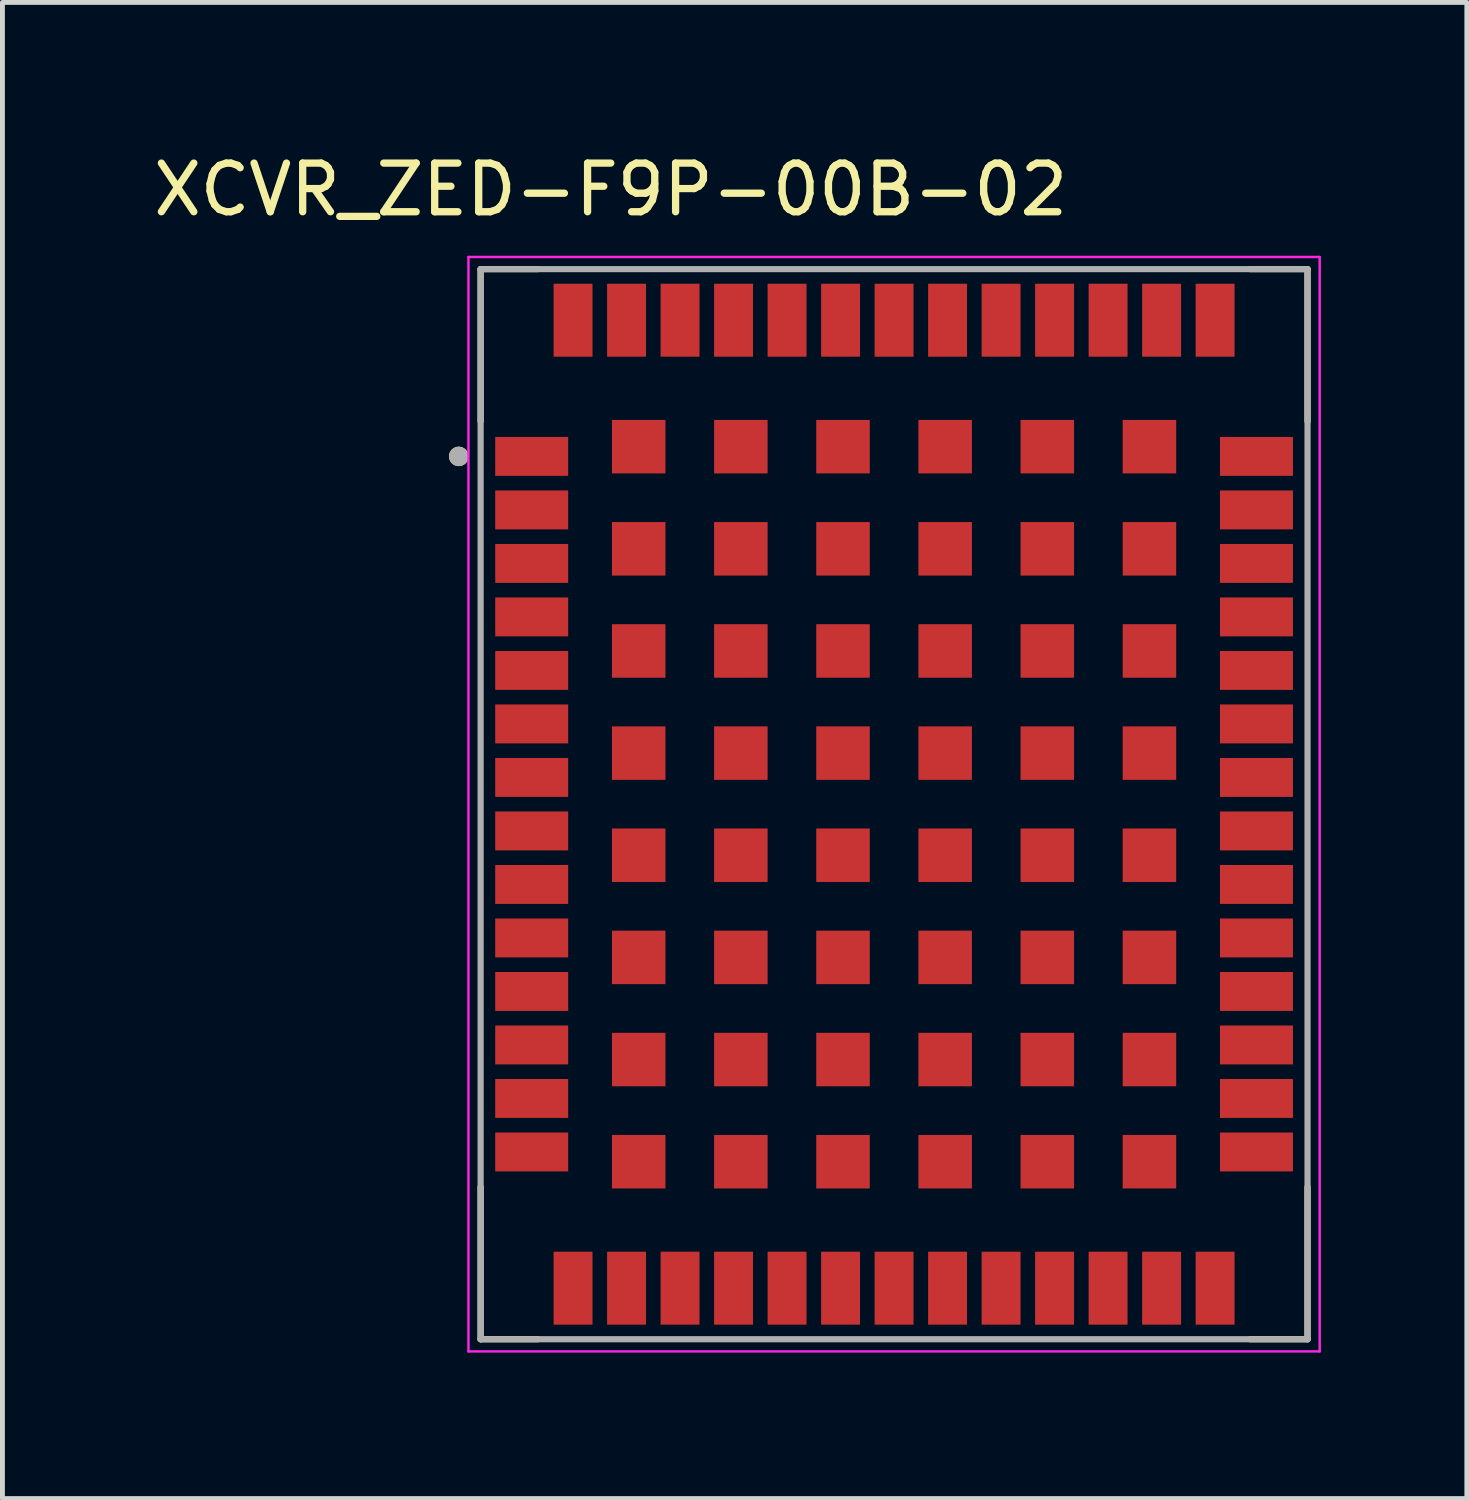
<source format=kicad_pcb>
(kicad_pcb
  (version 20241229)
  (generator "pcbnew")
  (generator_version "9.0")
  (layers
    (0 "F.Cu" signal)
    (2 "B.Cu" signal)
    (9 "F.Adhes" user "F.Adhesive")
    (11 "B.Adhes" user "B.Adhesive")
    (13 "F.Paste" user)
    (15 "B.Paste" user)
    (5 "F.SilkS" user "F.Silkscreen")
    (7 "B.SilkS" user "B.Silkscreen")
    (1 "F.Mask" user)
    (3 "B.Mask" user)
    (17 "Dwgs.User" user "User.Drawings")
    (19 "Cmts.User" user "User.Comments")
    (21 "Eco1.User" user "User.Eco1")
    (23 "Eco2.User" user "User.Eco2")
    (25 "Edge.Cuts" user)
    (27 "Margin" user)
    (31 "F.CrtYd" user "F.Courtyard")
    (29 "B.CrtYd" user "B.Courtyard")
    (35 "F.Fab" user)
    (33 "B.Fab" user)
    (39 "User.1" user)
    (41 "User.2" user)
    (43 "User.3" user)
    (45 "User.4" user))
  (footprint "XCVR_ZED-F9P-00B-02"
    (layer "F.Cu")
    (at 15.331 13.483)
    (property "Reference" "XCVR_ZED-F9P-00B-02" (at -5.825 -12.635 0) (layer "F.SilkS") (effects (font (size 1 1) (thickness 0.15))))
    (attr smd)
    (fp_line (start -8.5 -7.87) (end -8.5 -11) (stroke (width 0.127) (type solid)) (layer "F.SilkS"))
    (fp_line (start -8.5 7.87) (end -8.5 11) (stroke (width 0.127) (type solid)) (layer "F.SilkS"))
    (fp_line (start -8.5 11) (end -7.32 11) (stroke (width 0.127) (type solid)) (layer "F.SilkS"))
    (fp_line (start -7.32 -11) (end -8.5 -11) (stroke (width 0.127) (type solid)) (layer "F.SilkS"))
    (fp_line (start 7.32 11) (end 8.5 11) (stroke (width 0.127) (type solid)) (layer "F.SilkS"))
    (fp_line (start 8.5 -11) (end 7.32 -11) (stroke (width 0.127) (type solid)) (layer "F.SilkS"))
    (fp_line (start 8.5 -7.87) (end 8.5 -11) (stroke (width 0.127) (type solid)) (layer "F.SilkS"))
    (fp_line (start 8.5 7.87) (end 8.5 11) (stroke (width 0.127) (type solid)) (layer "F.SilkS"))
    (fp_circle (center -8.95 -7.15) (end -8.85 -7.15) (stroke (width 0.2) (type solid)) (fill no) (layer "F.SilkS"))
    (fp_poly (pts (xy -6.975 -9.175) (xy -6.975 -10.725) (xy -6.225 -10.725) (xy -6.225 -9.175)) (stroke (width 0.01) (type solid)) (fill yes) (layer "F.Paste"))
    (fp_poly (pts (xy -6.675 -7.525) (xy -6.675 -6.775) (xy -8.225 -6.775) (xy -8.225 -7.525)) (stroke (width 0.01) (type solid)) (fill yes) (layer "F.Paste"))
    (fp_poly (pts (xy -6.675 -6.425) (xy -6.675 -5.675) (xy -8.225 -5.675) (xy -8.225 -6.425)) (stroke (width 0.01) (type solid)) (fill yes) (layer "F.Paste"))
    (fp_poly (pts (xy -6.675 -5.325) (xy -6.675 -4.575) (xy -8.225 -4.575) (xy -8.225 -5.325)) (stroke (width 0.01) (type solid)) (fill yes) (layer "F.Paste"))
    (fp_poly (pts (xy -6.675 -4.225) (xy -6.675 -3.475) (xy -8.225 -3.475) (xy -8.225 -4.225)) (stroke (width 0.01) (type solid)) (fill yes) (layer "F.Paste"))
    (fp_poly (pts (xy -6.675 -3.125) (xy -6.675 -2.375) (xy -8.225 -2.375) (xy -8.225 -3.125)) (stroke (width 0.01) (type solid)) (fill yes) (layer "F.Paste"))
    (fp_poly (pts (xy -6.675 -2.025) (xy -6.675 -1.275) (xy -8.225 -1.275) (xy -8.225 -2.025)) (stroke (width 0.01) (type solid)) (fill yes) (layer "F.Paste"))
    (fp_poly (pts (xy -6.675 -0.925) (xy -6.675 -0.175) (xy -8.225 -0.175) (xy -8.225 -0.925)) (stroke (width 0.01) (type solid)) (fill yes) (layer "F.Paste"))
    (fp_poly (pts (xy -6.675 0.175) (xy -6.675 0.925) (xy -8.225 0.925) (xy -8.225 0.175)) (stroke (width 0.01) (type solid)) (fill yes) (layer "F.Paste"))
    (fp_poly (pts (xy -6.675 1.275) (xy -6.675 2.025) (xy -8.225 2.025) (xy -8.225 1.275)) (stroke (width 0.01) (type solid)) (fill yes) (layer "F.Paste"))
    (fp_poly (pts (xy -6.675 2.375) (xy -6.675 3.125) (xy -8.225 3.125) (xy -8.225 2.375)) (stroke (width 0.01) (type solid)) (fill yes) (layer "F.Paste"))
    (fp_poly (pts (xy -6.675 3.475) (xy -6.675 4.225) (xy -8.225 4.225) (xy -8.225 3.475)) (stroke (width 0.01) (type solid)) (fill yes) (layer "F.Paste"))
    (fp_poly (pts (xy -6.675 4.575) (xy -6.675 5.325) (xy -8.225 5.325) (xy -8.225 4.575)) (stroke (width 0.01) (type solid)) (fill yes) (layer "F.Paste"))
    (fp_poly (pts (xy -6.675 5.675) (xy -6.675 6.425) (xy -8.225 6.425) (xy -8.225 5.675)) (stroke (width 0.01) (type solid)) (fill yes) (layer "F.Paste"))
    (fp_poly (pts (xy -6.675 6.775) (xy -6.675 7.525) (xy -8.225 7.525) (xy -8.225 6.775)) (stroke (width 0.01) (type solid)) (fill yes) (layer "F.Paste"))
    (fp_poly (pts (xy -6.225 9.175) (xy -6.225 10.725) (xy -6.975 10.725) (xy -6.975 9.175)) (stroke (width 0.01) (type solid)) (fill yes) (layer "F.Paste"))
    (fp_poly (pts (xy -5.875 -9.175) (xy -5.875 -10.725) (xy -5.125 -10.725) (xy -5.125 -9.175)) (stroke (width 0.01) (type solid)) (fill yes) (layer "F.Paste"))
    (fp_poly (pts (xy -5.125 9.175) (xy -5.125 10.725) (xy -5.875 10.725) (xy -5.875 9.175)) (stroke (width 0.01) (type solid)) (fill yes) (layer "F.Paste"))
    (fp_poly (pts (xy -4.775 -9.175) (xy -4.775 -10.725) (xy -4.025 -10.725) (xy -4.025 -9.175)) (stroke (width 0.01) (type solid)) (fill yes) (layer "F.Paste"))
    (fp_poly (pts (xy -4.725 -7.875) (xy -4.725 -6.825) (xy -5.775 -6.825) (xy -5.775 -7.875)) (stroke (width 0.01) (type solid)) (fill yes) (layer "F.Paste"))
    (fp_poly (pts (xy -4.725 -5.775) (xy -4.725 -4.725) (xy -5.775 -4.725) (xy -5.775 -5.775)) (stroke (width 0.01) (type solid)) (fill yes) (layer "F.Paste"))
    (fp_poly (pts (xy -4.725 -3.675) (xy -4.725 -2.625) (xy -5.775 -2.625) (xy -5.775 -3.675)) (stroke (width 0.01) (type solid)) (fill yes) (layer "F.Paste"))
    (fp_poly (pts (xy -4.725 -1.575) (xy -4.725 -0.525) (xy -5.775 -0.525) (xy -5.775 -1.575)) (stroke (width 0.01) (type solid)) (fill yes) (layer "F.Paste"))
    (fp_poly (pts (xy -4.725 0.525) (xy -4.725 1.575) (xy -5.775 1.575) (xy -5.775 0.525)) (stroke (width 0.01) (type solid)) (fill yes) (layer "F.Paste"))
    (fp_poly (pts (xy -4.725 2.625) (xy -4.725 3.675) (xy -5.775 3.675) (xy -5.775 2.625)) (stroke (width 0.01) (type solid)) (fill yes) (layer "F.Paste"))
    (fp_poly (pts (xy -4.725 4.725) (xy -4.725 5.775) (xy -5.775 5.775) (xy -5.775 4.725)) (stroke (width 0.01) (type solid)) (fill yes) (layer "F.Paste"))
    (fp_poly (pts (xy -4.725 6.825) (xy -4.725 7.875) (xy -5.775 7.875) (xy -5.775 6.825)) (stroke (width 0.01) (type solid)) (fill yes) (layer "F.Paste"))
    (fp_poly (pts (xy -4.025 9.175) (xy -4.025 10.725) (xy -4.775 10.725) (xy -4.775 9.175)) (stroke (width 0.01) (type solid)) (fill yes) (layer "F.Paste"))
    (fp_poly (pts (xy -3.675 -9.175) (xy -3.675 -10.725) (xy -2.925 -10.725) (xy -2.925 -9.175)) (stroke (width 0.01) (type solid)) (fill yes) (layer "F.Paste"))
    (fp_poly (pts (xy -2.925 9.175) (xy -2.925 10.725) (xy -3.675 10.725) (xy -3.675 9.175)) (stroke (width 0.01) (type solid)) (fill yes) (layer "F.Paste"))
    (fp_poly (pts (xy -2.625 -7.875) (xy -2.625 -6.825) (xy -3.675 -6.825) (xy -3.675 -7.875)) (stroke (width 0.01) (type solid)) (fill yes) (layer "F.Paste"))
    (fp_poly (pts (xy -2.625 -5.775) (xy -2.625 -4.725) (xy -3.675 -4.725) (xy -3.675 -5.775)) (stroke (width 0.01) (type solid)) (fill yes) (layer "F.Paste"))
    (fp_poly (pts (xy -2.625 -3.675) (xy -2.625 -2.625) (xy -3.675 -2.625) (xy -3.675 -3.675)) (stroke (width 0.01) (type solid)) (fill yes) (layer "F.Paste"))
    (fp_poly (pts (xy -2.625 -1.575) (xy -2.625 -0.525) (xy -3.675 -0.525) (xy -3.675 -1.575)) (stroke (width 0.01) (type solid)) (fill yes) (layer "F.Paste"))
    (fp_poly (pts (xy -2.625 0.525) (xy -2.625 1.575) (xy -3.675 1.575) (xy -3.675 0.525)) (stroke (width 0.01) (type solid)) (fill yes) (layer "F.Paste"))
    (fp_poly (pts (xy -2.625 2.625) (xy -2.625 3.675) (xy -3.675 3.675) (xy -3.675 2.625)) (stroke (width 0.01) (type solid)) (fill yes) (layer "F.Paste"))
    (fp_poly (pts (xy -2.625 4.725) (xy -2.625 5.775) (xy -3.675 5.775) (xy -3.675 4.725)) (stroke (width 0.01) (type solid)) (fill yes) (layer "F.Paste"))
    (fp_poly (pts (xy -2.625 6.825) (xy -2.625 7.875) (xy -3.675 7.875) (xy -3.675 6.825)) (stroke (width 0.01) (type solid)) (fill yes) (layer "F.Paste"))
    (fp_poly (pts (xy -2.575 -9.175) (xy -2.575 -10.725) (xy -1.825 -10.725) (xy -1.825 -9.175)) (stroke (width 0.01) (type solid)) (fill yes) (layer "F.Paste"))
    (fp_poly (pts (xy -1.825 9.175) (xy -1.825 10.725) (xy -2.575 10.725) (xy -2.575 9.175)) (stroke (width 0.01) (type solid)) (fill yes) (layer "F.Paste"))
    (fp_poly (pts (xy -1.475 -9.175) (xy -1.475 -10.725) (xy -0.725 -10.725) (xy -0.725 -9.175)) (stroke (width 0.01) (type solid)) (fill yes) (layer "F.Paste"))
    (fp_poly (pts (xy -0.725 9.175) (xy -0.725 10.725) (xy -1.475 10.725) (xy -1.475 9.175)) (stroke (width 0.01) (type solid)) (fill yes) (layer "F.Paste"))
    (fp_poly (pts (xy -0.525 -7.875) (xy -0.525 -6.825) (xy -1.575 -6.825) (xy -1.575 -7.875)) (stroke (width 0.01) (type solid)) (fill yes) (layer "F.Paste"))
    (fp_poly (pts (xy -0.525 -5.775) (xy -0.525 -4.725) (xy -1.575 -4.725) (xy -1.575 -5.775)) (stroke (width 0.01) (type solid)) (fill yes) (layer "F.Paste"))
    (fp_poly (pts (xy -0.525 -3.675) (xy -0.525 -2.625) (xy -1.575 -2.625) (xy -1.575 -3.675)) (stroke (width 0.01) (type solid)) (fill yes) (layer "F.Paste"))
    (fp_poly (pts (xy -0.525 -1.575) (xy -0.525 -0.525) (xy -1.575 -0.525) (xy -1.575 -1.575)) (stroke (width 0.01) (type solid)) (fill yes) (layer "F.Paste"))
    (fp_poly (pts (xy -0.525 0.525) (xy -0.525 1.575) (xy -1.575 1.575) (xy -1.575 0.525)) (stroke (width 0.01) (type solid)) (fill yes) (layer "F.Paste"))
    (fp_poly (pts (xy -0.525 2.625) (xy -0.525 3.675) (xy -1.575 3.675) (xy -1.575 2.625)) (stroke (width 0.01) (type solid)) (fill yes) (layer "F.Paste"))
    (fp_poly (pts (xy -0.525 4.725) (xy -0.525 5.775) (xy -1.575 5.775) (xy -1.575 4.725)) (stroke (width 0.01) (type solid)) (fill yes) (layer "F.Paste"))
    (fp_poly (pts (xy -0.525 6.825) (xy -0.525 7.875) (xy -1.575 7.875) (xy -1.575 6.825)) (stroke (width 0.01) (type solid)) (fill yes) (layer "F.Paste"))
    (fp_poly (pts (xy -0.375 -9.175) (xy -0.375 -10.725) (xy 0.375 -10.725) (xy 0.375 -9.175)) (stroke (width 0.01) (type solid)) (fill yes) (layer "F.Paste"))
    (fp_poly (pts (xy 0.375 9.175) (xy 0.375 10.725) (xy -0.375 10.725) (xy -0.375 9.175)) (stroke (width 0.01) (type solid)) (fill yes) (layer "F.Paste"))
    (fp_poly (pts (xy 0.725 -9.175) (xy 0.725 -10.725) (xy 1.475 -10.725) (xy 1.475 -9.175)) (stroke (width 0.01) (type solid)) (fill yes) (layer "F.Paste"))
    (fp_poly (pts (xy 1.475 9.175) (xy 1.475 10.725) (xy 0.725 10.725) (xy 0.725 9.175)) (stroke (width 0.01) (type solid)) (fill yes) (layer "F.Paste"))
    (fp_poly (pts (xy 1.575 -7.875) (xy 1.575 -6.825) (xy 0.525 -6.825) (xy 0.525 -7.875)) (stroke (width 0.01) (type solid)) (fill yes) (layer "F.Paste"))
    (fp_poly (pts (xy 1.575 -5.775) (xy 1.575 -4.725) (xy 0.525 -4.725) (xy 0.525 -5.775)) (stroke (width 0.01) (type solid)) (fill yes) (layer "F.Paste"))
    (fp_poly (pts (xy 1.575 -3.675) (xy 1.575 -2.625) (xy 0.525 -2.625) (xy 0.525 -3.675)) (stroke (width 0.01) (type solid)) (fill yes) (layer "F.Paste"))
    (fp_poly (pts (xy 1.575 -1.575) (xy 1.575 -0.525) (xy 0.525 -0.525) (xy 0.525 -1.575)) (stroke (width 0.01) (type solid)) (fill yes) (layer "F.Paste"))
    (fp_poly (pts (xy 1.575 0.525) (xy 1.575 1.575) (xy 0.525 1.575) (xy 0.525 0.525)) (stroke (width 0.01) (type solid)) (fill yes) (layer "F.Paste"))
    (fp_poly (pts (xy 1.575 2.625) (xy 1.575 3.675) (xy 0.525 3.675) (xy 0.525 2.625)) (stroke (width 0.01) (type solid)) (fill yes) (layer "F.Paste"))
    (fp_poly (pts (xy 1.575 4.725) (xy 1.575 5.775) (xy 0.525 5.775) (xy 0.525 4.725)) (stroke (width 0.01) (type solid)) (fill yes) (layer "F.Paste"))
    (fp_poly (pts (xy 1.575 6.825) (xy 1.575 7.875) (xy 0.525 7.875) (xy 0.525 6.825)) (stroke (width 0.01) (type solid)) (fill yes) (layer "F.Paste"))
    (fp_poly (pts (xy 1.825 -9.175) (xy 1.825 -10.725) (xy 2.575 -10.725) (xy 2.575 -9.175)) (stroke (width 0.01) (type solid)) (fill yes) (layer "F.Paste"))
    (fp_poly (pts (xy 2.575 9.175) (xy 2.575 10.725) (xy 1.825 10.725) (xy 1.825 9.175)) (stroke (width 0.01) (type solid)) (fill yes) (layer "F.Paste"))
    (fp_poly (pts (xy 2.925 -9.175) (xy 2.925 -10.725) (xy 3.675 -10.725) (xy 3.675 -9.175)) (stroke (width 0.01) (type solid)) (fill yes) (layer "F.Paste"))
    (fp_poly (pts (xy 3.675 -7.875) (xy 3.675 -6.825) (xy 2.625 -6.825) (xy 2.625 -7.875)) (stroke (width 0.01) (type solid)) (fill yes) (layer "F.Paste"))
    (fp_poly (pts (xy 3.675 -5.775) (xy 3.675 -4.725) (xy 2.625 -4.725) (xy 2.625 -5.775)) (stroke (width 0.01) (type solid)) (fill yes) (layer "F.Paste"))
    (fp_poly (pts (xy 3.675 -3.675) (xy 3.675 -2.625) (xy 2.625 -2.625) (xy 2.625 -3.675)) (stroke (width 0.01) (type solid)) (fill yes) (layer "F.Paste"))
    (fp_poly (pts (xy 3.675 -1.575) (xy 3.675 -0.525) (xy 2.625 -0.525) (xy 2.625 -1.575)) (stroke (width 0.01) (type solid)) (fill yes) (layer "F.Paste"))
    (fp_poly (pts (xy 3.675 0.525) (xy 3.675 1.575) (xy 2.625 1.575) (xy 2.625 0.525)) (stroke (width 0.01) (type solid)) (fill yes) (layer "F.Paste"))
    (fp_poly (pts (xy 3.675 2.625) (xy 3.675 3.675) (xy 2.625 3.675) (xy 2.625 2.625)) (stroke (width 0.01) (type solid)) (fill yes) (layer "F.Paste"))
    (fp_poly (pts (xy 3.675 4.725) (xy 3.675 5.775) (xy 2.625 5.775) (xy 2.625 4.725)) (stroke (width 0.01) (type solid)) (fill yes) (layer "F.Paste"))
    (fp_poly (pts (xy 3.675 6.825) (xy 3.675 7.875) (xy 2.625 7.875) (xy 2.625 6.825)) (stroke (width 0.01) (type solid)) (fill yes) (layer "F.Paste"))
    (fp_poly (pts (xy 3.675 9.175) (xy 3.675 10.725) (xy 2.925 10.725) (xy 2.925 9.175)) (stroke (width 0.01) (type solid)) (fill yes) (layer "F.Paste"))
    (fp_poly (pts (xy 4.025 -9.175) (xy 4.025 -10.725) (xy 4.775 -10.725) (xy 4.775 -9.175)) (stroke (width 0.01) (type solid)) (fill yes) (layer "F.Paste"))
    (fp_poly (pts (xy 4.775 9.175) (xy 4.775 10.725) (xy 4.025 10.725) (xy 4.025 9.175)) (stroke (width 0.01) (type solid)) (fill yes) (layer "F.Paste"))
    (fp_poly (pts (xy 5.125 -9.175) (xy 5.125 -10.725) (xy 5.875 -10.725) (xy 5.875 -9.175)) (stroke (width 0.01) (type solid)) (fill yes) (layer "F.Paste"))
    (fp_poly (pts (xy 5.775 -7.875) (xy 5.775 -6.825) (xy 4.725 -6.825) (xy 4.725 -7.875)) (stroke (width 0.01) (type solid)) (fill yes) (layer "F.Paste"))
    (fp_poly (pts (xy 5.775 -5.775) (xy 5.775 -4.725) (xy 4.725 -4.725) (xy 4.725 -5.775)) (stroke (width 0.01) (type solid)) (fill yes) (layer "F.Paste"))
    (fp_poly (pts (xy 5.775 -3.675) (xy 5.775 -2.625) (xy 4.725 -2.625) (xy 4.725 -3.675)) (stroke (width 0.01) (type solid)) (fill yes) (layer "F.Paste"))
    (fp_poly (pts (xy 5.775 -1.575) (xy 5.775 -0.525) (xy 4.725 -0.525) (xy 4.725 -1.575)) (stroke (width 0.01) (type solid)) (fill yes) (layer "F.Paste"))
    (fp_poly (pts (xy 5.775 0.525) (xy 5.775 1.575) (xy 4.725 1.575) (xy 4.725 0.525)) (stroke (width 0.01) (type solid)) (fill yes) (layer "F.Paste"))
    (fp_poly (pts (xy 5.775 2.625) (xy 5.775 3.675) (xy 4.725 3.675) (xy 4.725 2.625)) (stroke (width 0.01) (type solid)) (fill yes) (layer "F.Paste"))
    (fp_poly (pts (xy 5.775 4.725) (xy 5.775 5.775) (xy 4.725 5.775) (xy 4.725 4.725)) (stroke (width 0.01) (type solid)) (fill yes) (layer "F.Paste"))
    (fp_poly (pts (xy 5.775 6.825) (xy 5.775 7.875) (xy 4.725 7.875) (xy 4.725 6.825)) (stroke (width 0.01) (type solid)) (fill yes) (layer "F.Paste"))
    (fp_poly (pts (xy 5.875 9.175) (xy 5.875 10.725) (xy 5.125 10.725) (xy 5.125 9.175)) (stroke (width 0.01) (type solid)) (fill yes) (layer "F.Paste"))
    (fp_poly (pts (xy 6.225 -9.175) (xy 6.225 -10.725) (xy 6.975 -10.725) (xy 6.975 -9.175)) (stroke (width 0.01) (type solid)) (fill yes) (layer "F.Paste"))
    (fp_poly (pts (xy 6.675 -6.775) (xy 6.675 -7.525) (xy 8.225 -7.525) (xy 8.225 -6.775)) (stroke (width 0.01) (type solid)) (fill yes) (layer "F.Paste"))
    (fp_poly (pts (xy 6.675 -5.675) (xy 6.675 -6.425) (xy 8.225 -6.425) (xy 8.225 -5.675)) (stroke (width 0.01) (type solid)) (fill yes) (layer "F.Paste"))
    (fp_poly (pts (xy 6.675 -4.575) (xy 6.675 -5.325) (xy 8.225 -5.325) (xy 8.225 -4.575)) (stroke (width 0.01) (type solid)) (fill yes) (layer "F.Paste"))
    (fp_poly (pts (xy 6.675 -3.475) (xy 6.675 -4.225) (xy 8.225 -4.225) (xy 8.225 -3.475)) (stroke (width 0.01) (type solid)) (fill yes) (layer "F.Paste"))
    (fp_poly (pts (xy 6.675 -2.375) (xy 6.675 -3.125) (xy 8.225 -3.125) (xy 8.225 -2.375)) (stroke (width 0.01) (type solid)) (fill yes) (layer "F.Paste"))
    (fp_poly (pts (xy 6.675 -1.275) (xy 6.675 -2.025) (xy 8.225 -2.025) (xy 8.225 -1.275)) (stroke (width 0.01) (type solid)) (fill yes) (layer "F.Paste"))
    (fp_poly (pts (xy 6.675 -0.175) (xy 6.675 -0.925) (xy 8.225 -0.925) (xy 8.225 -0.175)) (stroke (width 0.01) (type solid)) (fill yes) (layer "F.Paste"))
    (fp_poly (pts (xy 6.675 0.925) (xy 6.675 0.175) (xy 8.225 0.175) (xy 8.225 0.925)) (stroke (width 0.01) (type solid)) (fill yes) (layer "F.Paste"))
    (fp_poly (pts (xy 6.675 2.025) (xy 6.675 1.275) (xy 8.225 1.275) (xy 8.225 2.025)) (stroke (width 0.01) (type solid)) (fill yes) (layer "F.Paste"))
    (fp_poly (pts (xy 6.675 3.125) (xy 6.675 2.375) (xy 8.225 2.375) (xy 8.225 3.125)) (stroke (width 0.01) (type solid)) (fill yes) (layer "F.Paste"))
    (fp_poly (pts (xy 6.675 4.225) (xy 6.675 3.475) (xy 8.225 3.475) (xy 8.225 4.225)) (stroke (width 0.01) (type solid)) (fill yes) (layer "F.Paste"))
    (fp_poly (pts (xy 6.675 5.325) (xy 6.675 4.575) (xy 8.225 4.575) (xy 8.225 5.325)) (stroke (width 0.01) (type solid)) (fill yes) (layer "F.Paste"))
    (fp_poly (pts (xy 6.675 6.425) (xy 6.675 5.675) (xy 8.225 5.675) (xy 8.225 6.425)) (stroke (width 0.01) (type solid)) (fill yes) (layer "F.Paste"))
    (fp_poly (pts (xy 6.675 7.525) (xy 6.675 6.775) (xy 8.225 6.775) (xy 8.225 7.525)) (stroke (width 0.01) (type solid)) (fill yes) (layer "F.Paste"))
    (fp_poly (pts (xy 6.975 9.175) (xy 6.975 10.725) (xy 6.225 10.725) (xy 6.225 9.175)) (stroke (width 0.01) (type solid)) (fill yes) (layer "F.Paste"))
    (fp_line (start -8.75 -11.25) (end -8.75 11.25) (stroke (width 0.05) (type solid)) (layer "F.CrtYd"))
    (fp_line (start -8.75 11.25) (end 8.75 11.25) (stroke (width 0.05) (type solid)) (layer "F.CrtYd"))
    (fp_line (start 8.75 -11.25) (end -8.75 -11.25) (stroke (width 0.05) (type solid)) (layer "F.CrtYd"))
    (fp_line (start 8.75 11.25) (end 8.75 -11.25) (stroke (width 0.05) (type solid)) (layer "F.CrtYd"))
    (fp_line (start -8.5 -11) (end -8.5 11) (stroke (width 0.127) (type solid)) (layer "F.Fab"))
    (fp_line (start -8.5 11) (end 8.5 11) (stroke (width 0.127) (type solid)) (layer "F.Fab"))
    (fp_line (start 8.5 -11) (end -8.5 -11) (stroke (width 0.127) (type solid)) (layer "F.Fab"))
    (fp_line (start 8.5 11) (end 8.5 -11) (stroke (width 0.127) (type solid)) (layer "F.Fab"))
    (fp_circle (center -8.95 -7.15) (end -8.85 -7.15) (stroke (width 0.2) (type solid)) (fill no) (layer "F.Fab"))
    (pad "1" smd rect (at -7.45 -7.15) (size 1.5 0.8) (layers "F.Cu" "F.Mask"))
    (pad "2" smd rect (at -7.45 -6.05) (size 1.5 0.8) (layers "F.Cu" "F.Mask"))
    (pad "3" smd rect (at -7.45 -4.95) (size 1.5 0.8) (layers "F.Cu" "F.Mask"))
    (pad "4" smd rect (at -7.45 -3.85) (size 1.5 0.8) (layers "F.Cu" "F.Mask"))
    (pad "5" smd rect (at -7.45 -2.75) (size 1.5 0.8) (layers "F.Cu" "F.Mask"))
    (pad "6" smd rect (at -7.45 -1.65) (size 1.5 0.8) (layers "F.Cu" "F.Mask"))
    (pad "7" smd rect (at -7.45 -0.55) (size 1.5 0.8) (layers "F.Cu" "F.Mask"))
    (pad "8" smd rect (at -7.45 0.55) (size 1.5 0.8) (layers "F.Cu" "F.Mask"))
    (pad "9" smd rect (at -7.45 1.65) (size 1.5 0.8) (layers "F.Cu" "F.Mask"))
    (pad "10" smd rect (at -7.45 2.75) (size 1.5 0.8) (layers "F.Cu" "F.Mask"))
    (pad "11" smd rect (at -7.45 3.85) (size 1.5 0.8) (layers "F.Cu" "F.Mask"))
    (pad "12" smd rect (at -7.45 4.95) (size 1.5 0.8) (layers "F.Cu" "F.Mask"))
    (pad "13" smd rect (at -7.45 6.05) (size 1.5 0.8) (layers "F.Cu" "F.Mask"))
    (pad "14" smd rect (at -7.45 7.15) (size 1.5 0.8) (layers "F.Cu" "F.Mask"))
    (pad "15" smd rect (at -6.6 9.95) (size 0.8 1.5) (layers "F.Cu" "F.Mask"))
    (pad "16" smd rect (at -5.5 9.95) (size 0.8 1.5) (layers "F.Cu" "F.Mask"))
    (pad "17" smd rect (at -4.4 9.95) (size 0.8 1.5) (layers "F.Cu" "F.Mask"))
    (pad "18" smd rect (at -3.3 9.95) (size 0.8 1.5) (layers "F.Cu" "F.Mask"))
    (pad "19" smd rect (at -2.2 9.95) (size 0.8 1.5) (layers "F.Cu" "F.Mask"))
    (pad "20" smd rect (at -1.1 9.95) (size 0.8 1.5) (layers "F.Cu" "F.Mask"))
    (pad "21" smd rect (at 0 9.95) (size 0.8 1.5) (layers "F.Cu" "F.Mask"))
    (pad "22" smd rect (at 1.1 9.95) (size 0.8 1.5) (layers "F.Cu" "F.Mask"))
    (pad "23" smd rect (at 2.2 9.95) (size 0.8 1.5) (layers "F.Cu" "F.Mask"))
    (pad "24" smd rect (at 3.3 9.95) (size 0.8 1.5) (layers "F.Cu" "F.Mask"))
    (pad "25" smd rect (at 4.4 9.95) (size 0.8 1.5) (layers "F.Cu" "F.Mask"))
    (pad "26" smd rect (at 5.5 9.95) (size 0.8 1.5) (layers "F.Cu" "F.Mask"))
    (pad "27" smd rect (at 6.6 9.95) (size 0.8 1.5) (layers "F.Cu" "F.Mask"))
    (pad "28" smd rect (at 7.45 7.15) (size 1.5 0.8) (layers "F.Cu" "F.Mask"))
    (pad "29" smd rect (at 7.45 6.05) (size 1.5 0.8) (layers "F.Cu" "F.Mask"))
    (pad "30" smd rect (at 7.45 4.95) (size 1.5 0.8) (layers "F.Cu" "F.Mask"))
    (pad "31" smd rect (at 7.45 3.85) (size 1.5 0.8) (layers "F.Cu" "F.Mask"))
    (pad "32" smd rect (at 7.45 2.75) (size 1.5 0.8) (layers "F.Cu" "F.Mask"))
    (pad "33" smd rect (at 7.45 1.65) (size 1.5 0.8) (layers "F.Cu" "F.Mask"))
    (pad "34" smd rect (at 7.45 0.55) (size 1.5 0.8) (layers "F.Cu" "F.Mask"))
    (pad "35" smd rect (at 7.45 -0.55) (size 1.5 0.8) (layers "F.Cu" "F.Mask"))
    (pad "36" smd rect (at 7.45 -1.65) (size 1.5 0.8) (layers "F.Cu" "F.Mask"))
    (pad "37" smd rect (at 7.45 -2.75) (size 1.5 0.8) (layers "F.Cu" "F.Mask"))
    (pad "38" smd rect (at 7.45 -3.85) (size 1.5 0.8) (layers "F.Cu" "F.Mask"))
    (pad "39" smd rect (at 7.45 -4.95) (size 1.5 0.8) (layers "F.Cu" "F.Mask"))
    (pad "40" smd rect (at 7.45 -6.05) (size 1.5 0.8) (layers "F.Cu" "F.Mask"))
    (pad "41" smd rect (at 7.45 -7.15) (size 1.5 0.8) (layers "F.Cu" "F.Mask"))
    (pad "42" smd rect (at 6.6 -9.95) (size 0.8 1.5) (layers "F.Cu" "F.Mask"))
    (pad "43" smd rect (at 5.5 -9.95) (size 0.8 1.5) (layers "F.Cu" "F.Mask"))
    (pad "44" smd rect (at 4.4 -9.95) (size 0.8 1.5) (layers "F.Cu" "F.Mask"))
    (pad "45" smd rect (at 3.3 -9.95) (size 0.8 1.5) (layers "F.Cu" "F.Mask"))
    (pad "46" smd rect (at 2.2 -9.95) (size 0.8 1.5) (layers "F.Cu" "F.Mask"))
    (pad "47" smd rect (at 1.1 -9.95) (size 0.8 1.5) (layers "F.Cu" "F.Mask"))
    (pad "48" smd rect (at 0 -9.95) (size 0.8 1.5) (layers "F.Cu" "F.Mask"))
    (pad "49" smd rect (at -1.1 -9.95) (size 0.8 1.5) (layers "F.Cu" "F.Mask"))
    (pad "50" smd rect (at -2.2 -9.95) (size 0.8 1.5) (layers "F.Cu" "F.Mask"))
    (pad "51" smd rect (at -3.3 -9.95) (size 0.8 1.5) (layers "F.Cu" "F.Mask"))
    (pad "52" smd rect (at -4.4 -9.95) (size 0.8 1.5) (layers "F.Cu" "F.Mask"))
    (pad "53" smd rect (at -5.5 -9.95) (size 0.8 1.5) (layers "F.Cu" "F.Mask"))
    (pad "54" smd rect (at -6.6 -9.95) (size 0.8 1.5) (layers "F.Cu" "F.Mask"))
    (pad "55" smd rect (at -5.25 -7.35) (size 1.1 1.1) (layers "F.Cu" "F.Mask"))
    (pad "56" smd rect (at -3.15 -7.35) (size 1.1 1.1) (layers "F.Cu" "F.Mask"))
    (pad "57" smd rect (at -1.05 -7.35) (size 1.1 1.1) (layers "F.Cu" "F.Mask"))
    (pad "58" smd rect (at 1.05 -7.35) (size 1.1 1.1) (layers "F.Cu" "F.Mask"))
    (pad "59" smd rect (at 3.15 -7.35) (size 1.1 1.1) (layers "F.Cu" "F.Mask"))
    (pad "60" smd rect (at 5.25 -7.35) (size 1.1 1.1) (layers "F.Cu" "F.Mask"))
    (pad "61" smd rect (at -5.25 -5.25) (size 1.1 1.1) (layers "F.Cu" "F.Mask"))
    (pad "62" smd rect (at -3.15 -5.25) (size 1.1 1.1) (layers "F.Cu" "F.Mask"))
    (pad "63" smd rect (at -1.05 -5.25) (size 1.1 1.1) (layers "F.Cu" "F.Mask"))
    (pad "64" smd rect (at 1.05 -5.25) (size 1.1 1.1) (layers "F.Cu" "F.Mask"))
    (pad "65" smd rect (at 3.15 -5.25) (size 1.1 1.1) (layers "F.Cu" "F.Mask"))
    (pad "66" smd rect (at 5.25 -5.25) (size 1.1 1.1) (layers "F.Cu" "F.Mask"))
    (pad "67" smd rect (at -5.25 -3.15) (size 1.1 1.1) (layers "F.Cu" "F.Mask"))
    (pad "68" smd rect (at -3.15 -3.15) (size 1.1 1.1) (layers "F.Cu" "F.Mask"))
    (pad "69" smd rect (at -1.05 -3.15) (size 1.1 1.1) (layers "F.Cu" "F.Mask"))
    (pad "70" smd rect (at 1.05 -3.15) (size 1.1 1.1) (layers "F.Cu" "F.Mask"))
    (pad "71" smd rect (at 3.15 -3.15) (size 1.1 1.1) (layers "F.Cu" "F.Mask"))
    (pad "72" smd rect (at 5.25 -3.15) (size 1.1 1.1) (layers "F.Cu" "F.Mask"))
    (pad "73" smd rect (at -5.25 -1.05) (size 1.1 1.1) (layers "F.Cu" "F.Mask"))
    (pad "74" smd rect (at -3.15 -1.05) (size 1.1 1.1) (layers "F.Cu" "F.Mask"))
    (pad "75" smd rect (at -1.05 -1.05) (size 1.1 1.1) (layers "F.Cu" "F.Mask"))
    (pad "76" smd rect (at 1.05 -1.05) (size 1.1 1.1) (layers "F.Cu" "F.Mask"))
    (pad "77" smd rect (at 3.15 -1.05) (size 1.1 1.1) (layers "F.Cu" "F.Mask"))
    (pad "78" smd rect (at 5.25 -1.05) (size 1.1 1.1) (layers "F.Cu" "F.Mask"))
    (pad "79" smd rect (at -5.25 1.05) (size 1.1 1.1) (layers "F.Cu" "F.Mask"))
    (pad "80" smd rect (at -3.15 1.05) (size 1.1 1.1) (layers "F.Cu" "F.Mask"))
    (pad "81" smd rect (at -1.05 1.05) (size 1.1 1.1) (layers "F.Cu" "F.Mask"))
    (pad "82" smd rect (at 1.05 1.05) (size 1.1 1.1) (layers "F.Cu" "F.Mask"))
    (pad "83" smd rect (at 3.15 1.05) (size 1.1 1.1) (layers "F.Cu" "F.Mask"))
    (pad "84" smd rect (at 5.25 1.05) (size 1.1 1.1) (layers "F.Cu" "F.Mask"))
    (pad "85" smd rect (at -5.25 3.15) (size 1.1 1.1) (layers "F.Cu" "F.Mask"))
    (pad "86" smd rect (at -3.15 3.15) (size 1.1 1.1) (layers "F.Cu" "F.Mask"))
    (pad "87" smd rect (at -1.05 3.15) (size 1.1 1.1) (layers "F.Cu" "F.Mask"))
    (pad "88" smd rect (at 1.05 3.15) (size 1.1 1.1) (layers "F.Cu" "F.Mask"))
    (pad "89" smd rect (at 3.15 3.15) (size 1.1 1.1) (layers "F.Cu" "F.Mask"))
    (pad "90" smd rect (at 5.25 3.15) (size 1.1 1.1) (layers "F.Cu" "F.Mask"))
    (pad "91" smd rect (at -5.25 5.25) (size 1.1 1.1) (layers "F.Cu" "F.Mask"))
    (pad "92" smd rect (at -3.15 5.25) (size 1.1 1.1) (layers "F.Cu" "F.Mask"))
    (pad "93" smd rect (at -1.05 5.25) (size 1.1 1.1) (layers "F.Cu" "F.Mask"))
    (pad "94" smd rect (at 1.05 5.25) (size 1.1 1.1) (layers "F.Cu" "F.Mask"))
    (pad "95" smd rect (at 3.15 5.25) (size 1.1 1.1) (layers "F.Cu" "F.Mask"))
    (pad "96" smd rect (at 5.25 5.25) (size 1.1 1.1) (layers "F.Cu" "F.Mask"))
    (pad "97" smd rect (at -5.25 7.35) (size 1.1 1.1) (layers "F.Cu" "F.Mask"))
    (pad "98" smd rect (at -3.15 7.35) (size 1.1 1.1) (layers "F.Cu" "F.Mask"))
    (pad "99" smd rect (at -1.05 7.35) (size 1.1 1.1) (layers "F.Cu" "F.Mask"))
    (pad "100" smd rect (at 1.05 7.35) (size 1.1 1.1) (layers "F.Cu" "F.Mask"))
    (pad "101" smd rect (at 3.15 7.35) (size 1.1 1.1) (layers "F.Cu" "F.Mask"))
    (pad "102" smd rect (at 5.25 7.35) (size 1.1 1.1) (layers "F.Cu" "F.Mask")))
  (gr_rect
    (start -3 -3)
    (end 27.106 27.758)
    (stroke (width 0.1) (type default))
    (fill no)
    (layer "Edge.Cuts")))
</source>
